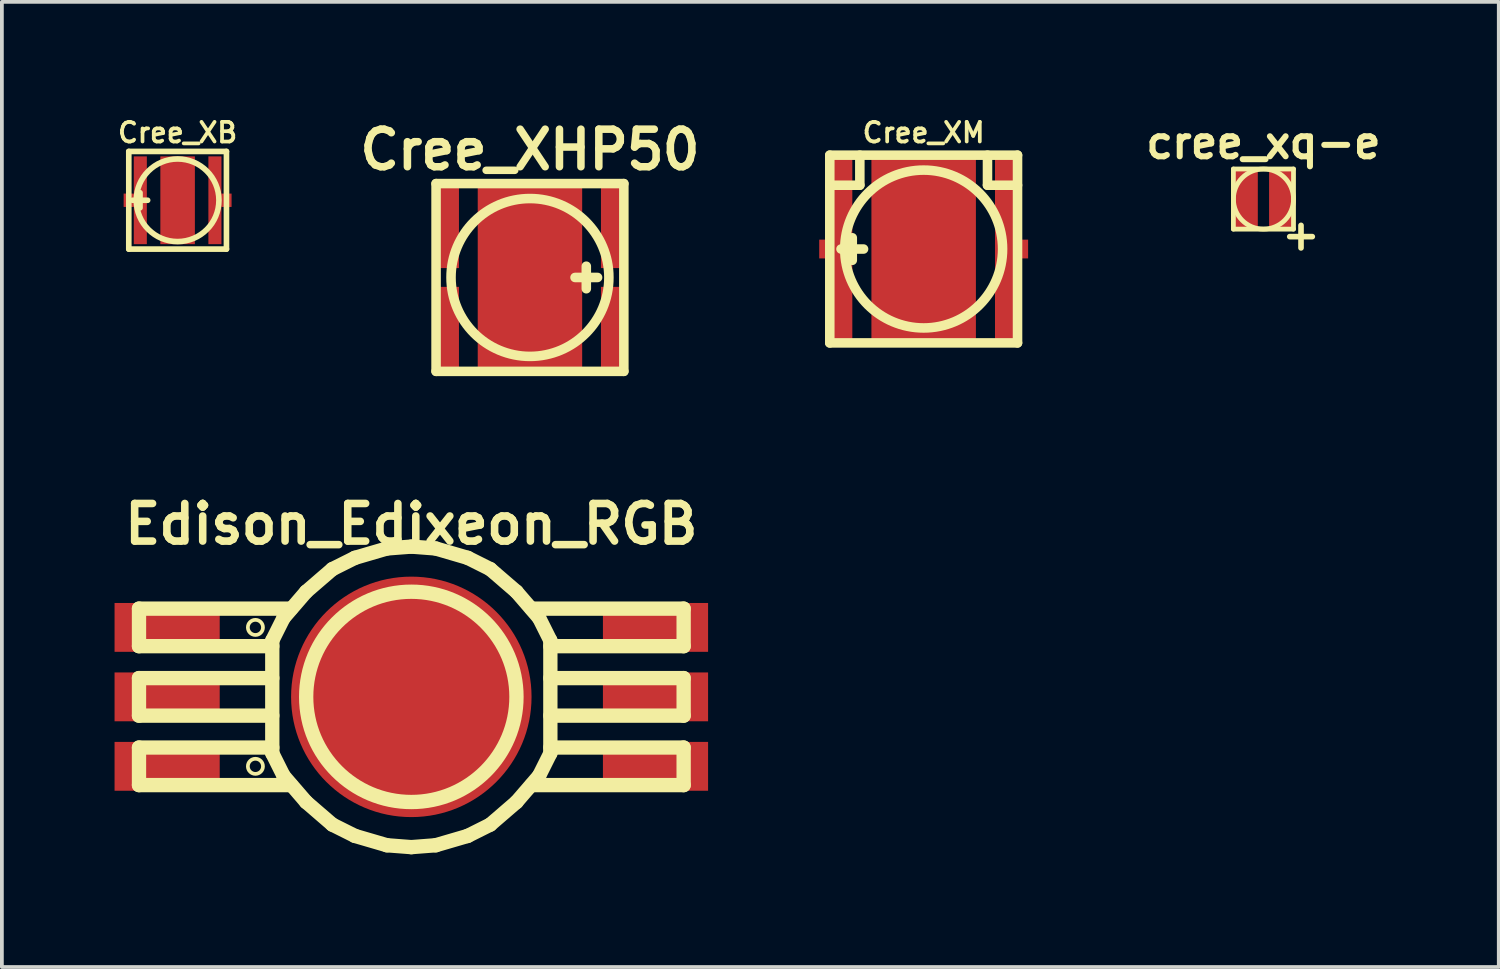
<source format=kicad_pcb>
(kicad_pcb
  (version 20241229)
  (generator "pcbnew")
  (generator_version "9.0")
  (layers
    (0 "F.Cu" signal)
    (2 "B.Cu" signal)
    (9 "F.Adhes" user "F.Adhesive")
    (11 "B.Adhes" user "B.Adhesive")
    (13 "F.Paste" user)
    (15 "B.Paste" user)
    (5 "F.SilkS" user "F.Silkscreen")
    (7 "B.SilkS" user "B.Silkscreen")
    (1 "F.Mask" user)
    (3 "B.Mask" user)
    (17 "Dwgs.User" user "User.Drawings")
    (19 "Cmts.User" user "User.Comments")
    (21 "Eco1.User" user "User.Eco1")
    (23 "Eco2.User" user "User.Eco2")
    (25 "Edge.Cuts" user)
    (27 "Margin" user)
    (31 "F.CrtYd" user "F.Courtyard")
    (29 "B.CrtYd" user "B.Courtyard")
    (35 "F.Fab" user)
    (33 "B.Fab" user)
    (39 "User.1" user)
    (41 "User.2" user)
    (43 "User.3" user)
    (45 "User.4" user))
  (footprint "Cree_XHP50"
    (layer "F.Cu")
    (at 11.057 4.336)
    (property "Reference" "Cree_XHP50" (at 0 -3.4 0) (layer "F.SilkS") (effects (font (size 1 1) (thickness 0.2))))
    (attr smd)
    (fp_line (start -2.499 -2.499) (end -2.499 2.499) (stroke (width 0.254) (type solid)) (layer "F.SilkS"))
    (fp_line (start -2.499 2.499) (end 2.499 2.499) (stroke (width 0.254) (type solid)) (layer "F.SilkS"))
    (fp_line (start 1.2 0) (end 1.8 0) (stroke (width 0.254) (type solid)) (layer "F.SilkS"))
    (fp_line (start 1.5 -0.3) (end 1.5 0.3) (stroke (width 0.254) (type solid)) (layer "F.SilkS"))
    (fp_line (start 2.499 -2.499) (end -2.499 -2.499) (stroke (width 0.254) (type solid)) (layer "F.SilkS"))
    (fp_line (start 2.499 2.499) (end 2.499 -2.499) (stroke (width 0.254) (type solid)) (layer "F.SilkS"))
    (fp_circle (center 0 0) (end -2.101 0) (stroke (width 0.254) (type solid)) (fill no) (layer "F.SilkS"))
    (pad "" smd rect (at -0.61 -1.575) (size 0.97 0.8) (layers "F.Paste"))
    (pad "" smd rect (at -0.61 -0.525) (size 0.97 0.8) (layers "F.Paste"))
    (pad "" smd rect (at -0.61 0.525) (size 0.97 0.8) (layers "F.Paste"))
    (pad "" smd rect (at -0.61 1.575) (size 0.97 0.8) (layers "F.Paste"))
    (pad "" smd rect (at 0.61 -1.575) (size 0.97 0.8) (layers "F.Paste"))
    (pad "" smd rect (at 0.61 -0.525) (size 0.97 0.8) (layers "F.Paste"))
    (pad "" smd rect (at 0.61 0.525) (size 0.97 0.8) (layers "F.Paste"))
    (pad "" smd rect (at 0.61 1.575) (size 0.97 0.8) (layers "F.Paste"))
    (pad "1" smd rect (at 2.14 -1.32) (size 0.5 2.14) (layers "F.Cu" "F.Mask" "F.Paste"))
    (pad "2" smd rect (at -2.14 -1.32) (size 0.5 2.14) (layers "F.Cu" "F.Mask" "F.Paste"))
    (pad "3" smd rect (at 2.14 1.32) (size 0.5 2.14) (layers "F.Cu" "F.Mask" "F.Paste"))
    (pad "4" smd rect (at -2.14 1.32) (size 0.5 2.14) (layers "F.Cu" "F.Mask" "F.Paste"))
    (pad "5" smd rect (at 0 0) (size 2.78 4.78) (layers "F.Cu" "F.Mask")))
  (footprint "Cree_XB"
    (layer "F.Cu")
    (at 1.678 2.281)
    (property "Reference" "Cree_XB" (at 0 -1.801 0) (layer "F.SilkS") (effects (font (size 0.523 0.523) (thickness 0.099))))
    (attr smd)
    (fp_line (start -1.3 -1.3) (end 1.3 -1.3) (stroke (width 0.15) (type solid)) (layer "F.SilkS"))
    (fp_line (start -1.3 1.3) (end -1.3 -1.3) (stroke (width 0.15) (type solid)) (layer "F.SilkS"))
    (fp_line (start -1.001 0.201) (end -1.001 -0.201) (stroke (width 0.15) (type solid)) (layer "F.SilkS"))
    (fp_line (start -0.798 0) (end -1.199 0) (stroke (width 0.15) (type solid)) (layer "F.SilkS"))
    (fp_line (start 1.3 -1.3) (end 1.3 1.3) (stroke (width 0.15) (type solid)) (layer "F.SilkS"))
    (fp_line (start 1.3 1.3) (end -1.3 1.3) (stroke (width 0.15) (type solid)) (layer "F.SilkS"))
    (fp_circle (center 0 0) (end -1.1 0) (stroke (width 0.15) (type solid)) (fill no) (layer "F.SilkS"))
    (pad "1" smd rect (at -1.298 0) (size 0.277 0.356) (layers "F.Cu" "F.Mask"))
    (pad "1" smd rect (at -0.993 0) (size 0.348 2.337) (layers "F.Cu" "F.Mask" "F.Paste"))
    (pad "2" smd rect (at 0.993 0) (size 0.348 2.337) (layers "F.Cu" "F.Mask" "F.Paste"))
    (pad "2" smd rect (at 1.298 0) (size 0.277 0.356) (layers "F.Cu" "F.Mask"))
    (pad "3" smd rect (at 0 0) (size 0.919 2.337) (layers "F.Cu" "F.Mask" "F.Paste")))
  (footprint "Edison_Edixeon_RGB"
    (layer "F.Cu")
    (at 7.899 15.5)
    (property "Reference" "Edison_Edixeon_RGB" (at 0 -4.6 0) (layer "F.SilkS") (effects (font (size 1.001 1.001) (thickness 0.201))))
    (attr smd)
    (fp_line (start -7.249 -2.349) (end -3.2 -2.349) (stroke (width 0.381) (type solid)) (layer "F.SilkS"))
    (fp_line (start -7.249 -1.349) (end -7.249 -2.349) (stroke (width 0.381) (type solid)) (layer "F.SilkS"))
    (fp_line (start -7.249 -0.5) (end -3.701 -0.5) (stroke (width 0.381) (type solid)) (layer "F.SilkS"))
    (fp_line (start -7.249 0.5) (end -7.249 -0.5) (stroke (width 0.381) (type solid)) (layer "F.SilkS"))
    (fp_line (start -7.249 1.349) (end -7.249 2.349) (stroke (width 0.381) (type solid)) (layer "F.SilkS"))
    (fp_line (start -7.249 2.349) (end -3.2 2.349) (stroke (width 0.381) (type solid)) (layer "F.SilkS"))
    (fp_line (start -3.701 -1.501) (end -3.401 -2.101) (stroke (width 0.381) (type solid)) (layer "F.SilkS"))
    (fp_line (start -3.701 -1.349) (end -7.249 -1.349) (stroke (width 0.381) (type solid)) (layer "F.SilkS"))
    (fp_line (start -3.701 0.5) (end -7.249 0.5) (stroke (width 0.381) (type solid)) (layer "F.SilkS"))
    (fp_line (start -3.701 1.349) (end -7.249 1.349) (stroke (width 0.381) (type solid)) (layer "F.SilkS"))
    (fp_line (start -3.701 1.501) (end -3.701 -1.501) (stroke (width 0.381) (type solid)) (layer "F.SilkS"))
    (fp_line (start -3.701 1.501) (end -3.401 2.101) (stroke (width 0.381) (type solid)) (layer "F.SilkS"))
    (fp_line (start -3.401 -2.101) (end -2.799 -2.799) (stroke (width 0.381) (type solid)) (layer "F.SilkS"))
    (fp_line (start -2.799 -2.799) (end -2.101 -3.401) (stroke (width 0.381) (type solid)) (layer "F.SilkS"))
    (fp_line (start -2.799 2.799) (end -3.401 2.101) (stroke (width 0.381) (type solid)) (layer "F.SilkS"))
    (fp_line (start -2.101 -3.401) (end -1.501 -3.701) (stroke (width 0.381) (type solid)) (layer "F.SilkS"))
    (fp_line (start -2.101 3.401) (end -2.799 2.799) (stroke (width 0.381) (type solid)) (layer "F.SilkS"))
    (fp_line (start -1.501 3.701) (end -2.101 3.401) (stroke (width 0.381) (type solid)) (layer "F.SilkS"))
    (fp_line (start -1.501 3.701) (end -0.65 3.95) (stroke (width 0.381) (type solid)) (layer "F.SilkS"))
    (fp_line (start -0.65 -3.95) (end -1.501 -3.701) (stroke (width 0.381) (type solid)) (layer "F.SilkS"))
    (fp_line (start -0.65 -3.95) (end 0 -4) (stroke (width 0.381) (type solid)) (layer "F.SilkS"))
    (fp_line (start -0.65 3.95) (end 0 4) (stroke (width 0.381) (type solid)) (layer "F.SilkS"))
    (fp_line (start 0 -4) (end 0.65 -3.95) (stroke (width 0.381) (type solid)) (layer "F.SilkS"))
    (fp_line (start 0.65 -3.95) (end 1.501 -3.701) (stroke (width 0.381) (type solid)) (layer "F.SilkS"))
    (fp_line (start 0.65 3.95) (end 0 4) (stroke (width 0.381) (type solid)) (layer "F.SilkS"))
    (fp_line (start 0.65 3.95) (end 1.501 3.701) (stroke (width 0.381) (type solid)) (layer "F.SilkS"))
    (fp_line (start 1.501 -3.701) (end 2.101 -3.401) (stroke (width 0.381) (type solid)) (layer "F.SilkS"))
    (fp_line (start 1.501 3.701) (end 2.101 3.401) (stroke (width 0.381) (type solid)) (layer "F.SilkS"))
    (fp_line (start 2.101 -3.401) (end 2.799 -2.799) (stroke (width 0.381) (type solid)) (layer "F.SilkS"))
    (fp_line (start 2.799 -2.799) (end 3.401 -2.101) (stroke (width 0.381) (type solid)) (layer "F.SilkS"))
    (fp_line (start 2.799 2.799) (end 2.101 3.401) (stroke (width 0.381) (type solid)) (layer "F.SilkS"))
    (fp_line (start 3.2 -2.349) (end 7.249 -2.349) (stroke (width 0.381) (type solid)) (layer "F.SilkS"))
    (fp_line (start 3.401 2.101) (end 2.799 2.799) (stroke (width 0.381) (type solid)) (layer "F.SilkS"))
    (fp_line (start 3.701 -1.501) (end 3.401 -2.101) (stroke (width 0.381) (type solid)) (layer "F.SilkS"))
    (fp_line (start 3.701 -1.501) (end 3.701 1.501) (stroke (width 0.381) (type solid)) (layer "F.SilkS"))
    (fp_line (start 3.701 -0.5) (end 7.249 -0.5) (stroke (width 0.381) (type solid)) (layer "F.SilkS"))
    (fp_line (start 3.701 1.349) (end 7.249 1.349) (stroke (width 0.381) (type solid)) (layer "F.SilkS"))
    (fp_line (start 3.701 1.501) (end 3.401 2.101) (stroke (width 0.381) (type solid)) (layer "F.SilkS"))
    (fp_line (start 7.249 -2.349) (end 7.249 -1.349) (stroke (width 0.381) (type solid)) (layer "F.SilkS"))
    (fp_line (start 7.249 -1.349) (end 3.701 -1.349) (stroke (width 0.381) (type solid)) (layer "F.SilkS"))
    (fp_line (start 7.249 -0.5) (end 7.249 0.5) (stroke (width 0.381) (type solid)) (layer "F.SilkS"))
    (fp_line (start 7.249 0.5) (end 3.701 0.5) (stroke (width 0.381) (type solid)) (layer "F.SilkS"))
    (fp_line (start 7.249 1.349) (end 7.249 2.349) (stroke (width 0.381) (type solid)) (layer "F.SilkS"))
    (fp_line (start 7.249 2.349) (end 3.2 2.349) (stroke (width 0.381) (type solid)) (layer "F.SilkS"))
    (fp_circle (center -4.15 -1.849) (end -4.351 -1.849) (stroke (width 0.099) (type solid)) (fill no) (layer "F.SilkS"))
    (fp_circle (center -4.15 1.849) (end -4.351 1.849) (stroke (width 0.099) (type solid)) (fill no) (layer "F.SilkS"))
    (fp_circle (center 0 0) (end -2.799 0) (stroke (width 0.381) (type solid)) (fill no) (layer "F.SilkS"))
    (pad "1" smd rect (at -6.5 -1.849) (size 2.799 1.3) (layers "F.Cu" "F.Mask" "F.Paste"))
    (pad "2" smd rect (at -6.5 1.849) (size 2.799 1.3) (layers "F.Cu" "F.Mask" "F.Paste"))
    (pad "3" smd rect (at -6.5 0) (size 2.799 1.3) (layers "F.Cu" "F.Mask" "F.Paste"))
    (pad "4" smd rect (at 6.5 0) (size 2.799 1.3) (layers "F.Cu" "F.Mask" "F.Paste"))
    (pad "5" smd rect (at 6.5 1.849) (size 2.799 1.3) (layers "F.Cu" "F.Mask" "F.Paste"))
    (pad "6" smd rect (at 6.5 -1.849) (size 2.799 1.3) (layers "F.Cu" "F.Mask" "F.Paste"))
    (pad "7" smd circle (at 0 0) (size 6.401 6.401) (layers "F.Cu" "F.Mask" "F.Paste")))
  (footprint "Cree_XM"
    (layer "F.Cu")
    (at 21.537 3.579)
    (property "Reference" "Cree_XM" (at 0 -3.099 0) (layer "F.SilkS") (effects (font (size 0.523 0.523) (thickness 0.099))))
    (attr smd)
    (fp_line (start -2.499 -2.499) (end -2.499 2.499) (stroke (width 0.254) (type solid)) (layer "F.SilkS"))
    (fp_line (start -2.499 -1.699) (end -1.699 -1.699) (stroke (width 0.254) (type solid)) (layer "F.SilkS"))
    (fp_line (start -2.499 2.499) (end 2.499 2.499) (stroke (width 0.254) (type solid)) (layer "F.SilkS"))
    (fp_line (start -2.2 0) (end -1.6 0) (stroke (width 0.254) (type solid)) (layer "F.SilkS"))
    (fp_line (start -1.9 -0.3) (end -1.9 0.3) (stroke (width 0.254) (type solid)) (layer "F.SilkS"))
    (fp_line (start -1.699 -1.699) (end -1.699 -2.499) (stroke (width 0.254) (type solid)) (layer "F.SilkS"))
    (fp_line (start 1.699 -1.699) (end 1.699 -2.499) (stroke (width 0.254) (type solid)) (layer "F.SilkS"))
    (fp_line (start 1.699 -1.699) (end 2.499 -1.699) (stroke (width 0.254) (type solid)) (layer "F.SilkS"))
    (fp_line (start 2.499 -2.499) (end -2.499 -2.499) (stroke (width 0.254) (type solid)) (layer "F.SilkS"))
    (fp_line (start 2.499 2.499) (end 2.499 -2.499) (stroke (width 0.254) (type solid)) (layer "F.SilkS"))
    (fp_circle (center 0 0) (end -2.101 0) (stroke (width 0.254) (type solid)) (fill no) (layer "F.SilkS"))
    (pad "1" smd rect (at -2.581 0) (size 0.399 0.5) (layers "F.Cu" "F.Mask"))
    (pad "1" smd rect (at -2.149 0) (size 0.5 4.801) (layers "F.Cu" "F.Mask" "F.Paste"))
    (pad "2" smd rect (at 2.149 0) (size 0.5 4.801) (layers "F.Cu" "F.Mask" "F.Paste"))
    (pad "2" smd rect (at 2.581 0) (size 0.399 0.5) (layers "F.Cu" "F.Mask"))
    (pad "3" smd rect (at 0 0) (size 2.781 4.801) (layers "F.Cu" "F.Mask" "F.Paste")))
  (footprint "cree_xq-e"
    (layer "F.Cu")
    (at 30.582 2.249)
    (property "Reference" "cree_xq-e" (at 0 -1.5 0) (layer "F.SilkS") (effects (font (size 0.8 0.8) (thickness 0.16))))
    (attr smd)
    (fp_line (start -0.8 -0.8) (end -0.8 0.8) (stroke (width 0.127) (type solid)) (layer "F.SilkS"))
    (fp_line (start -0.8 0.8) (end 0.8 0.8) (stroke (width 0.127) (type solid)) (layer "F.SilkS"))
    (fp_line (start 0.7 1) (end 1.3 1) (stroke (width 0.15) (type solid)) (layer "F.SilkS"))
    (fp_line (start 0.8 -0.8) (end -0.8 -0.8) (stroke (width 0.127) (type solid)) (layer "F.SilkS"))
    (fp_line (start 0.8 0.8) (end 0.8 -0.8) (stroke (width 0.127) (type solid)) (layer "F.SilkS"))
    (fp_line (start 1 0.7) (end 1 1.3) (stroke (width 0.15) (type solid)) (layer "F.SilkS"))
    (fp_circle (center 0 0) (end 0.8 0) (stroke (width 0.127) (type solid)) (fill no) (layer "F.SilkS"))
    (pad "1" smd rect (at 0.475 0) (size 0.65 1.6) (layers "F.Cu" "F.Mask"))
    (pad "2" smd rect (at -0.475 0) (size 0.65 1.6) (layers "F.Cu" "F.Mask")))
  (gr_rect
    (start -3 -3)
    (end 36.846 22.691)
    (stroke (width 0.1) (type default))
    (fill no)
    (layer "Edge.Cuts")))
</source>
